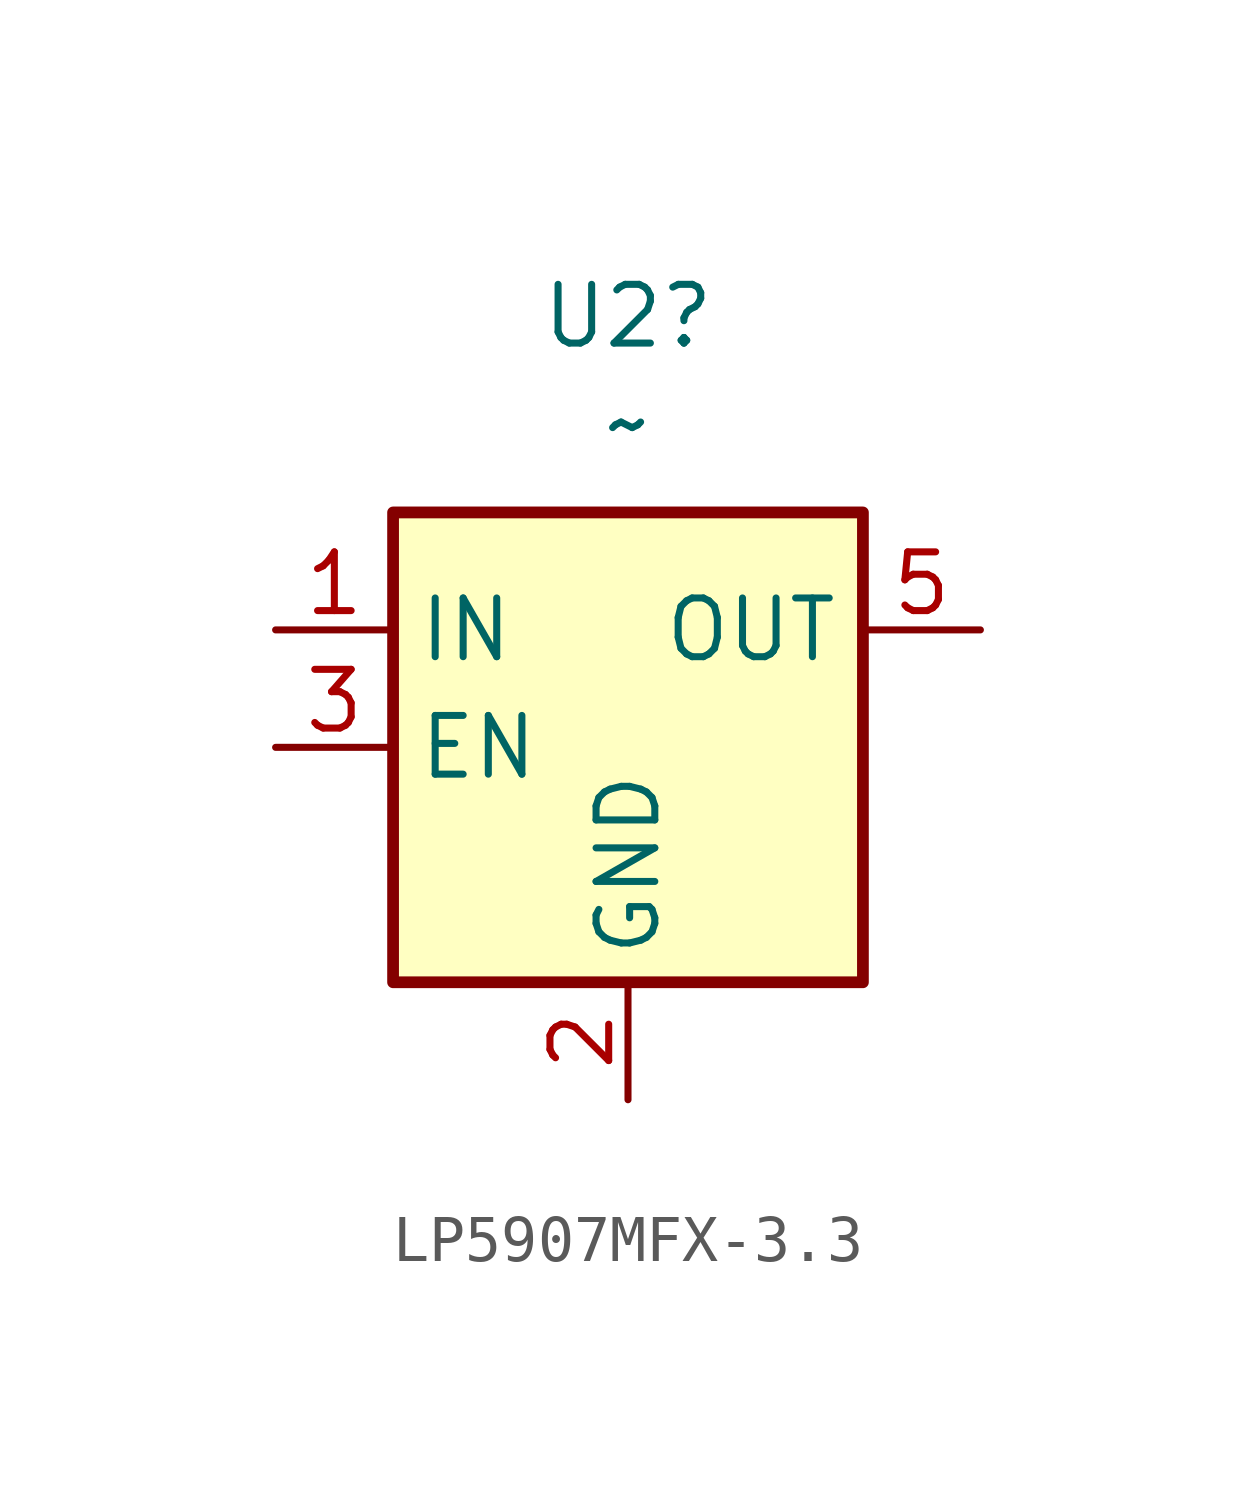
<source format=kicad_sym>
(kicad_symbol_lib
  (version 20211014)
  (generator kicad_symbol_editor)
  (symbol "LP5907MFX-3.3"
    (property "Reference" "U2"
      (at 0 9.322 0)
      (effects (font (size 1.27 1.27))))
    (property "Value" "~"
      (at 0 7.01 0)
      (effects (font (size 1.27 1.27))))
    (symbol "LP5907MFX-3.3_0_1"
      (rectangle (start -5.08 -5.08) (end 5.08 5.08) (stroke (width 0.254) (type default) (color 0 0 0 0)) (fill (type background)))
      (pin power_in line (at -7.62 2.54 0) (length 2.54) (name "IN" (effects (font (size 1.27 1.27)))) (number "1" (effects (font (size 1.27 1.27)))))
      (pin power_in line (at 0 -7.62 90) (length 2.54) (name "GND" (effects (font (size 1.27 1.27)))) (number "2" (effects (font (size 1.27 1.27)))))
      (pin input line (at -7.62 0 0) (length 2.54) (name "EN" (effects (font (size 1.27 1.27)))) (number "3" (effects (font (size 1.27 1.27)))))
      (pin no_connect line (at 5.08 0 180) (length 2.54) hide (name "NC" (effects (font (size 1.27 1.27)))) (number "4" (effects (font (size 1.27 1.27)))))
      (pin power_out line (at 7.62 2.54 180) (length 2.54) (name "OUT" (effects (font (size 1.27 1.27)))) (number "5" (effects (font (size 1.27 1.27))))))))
</source>
